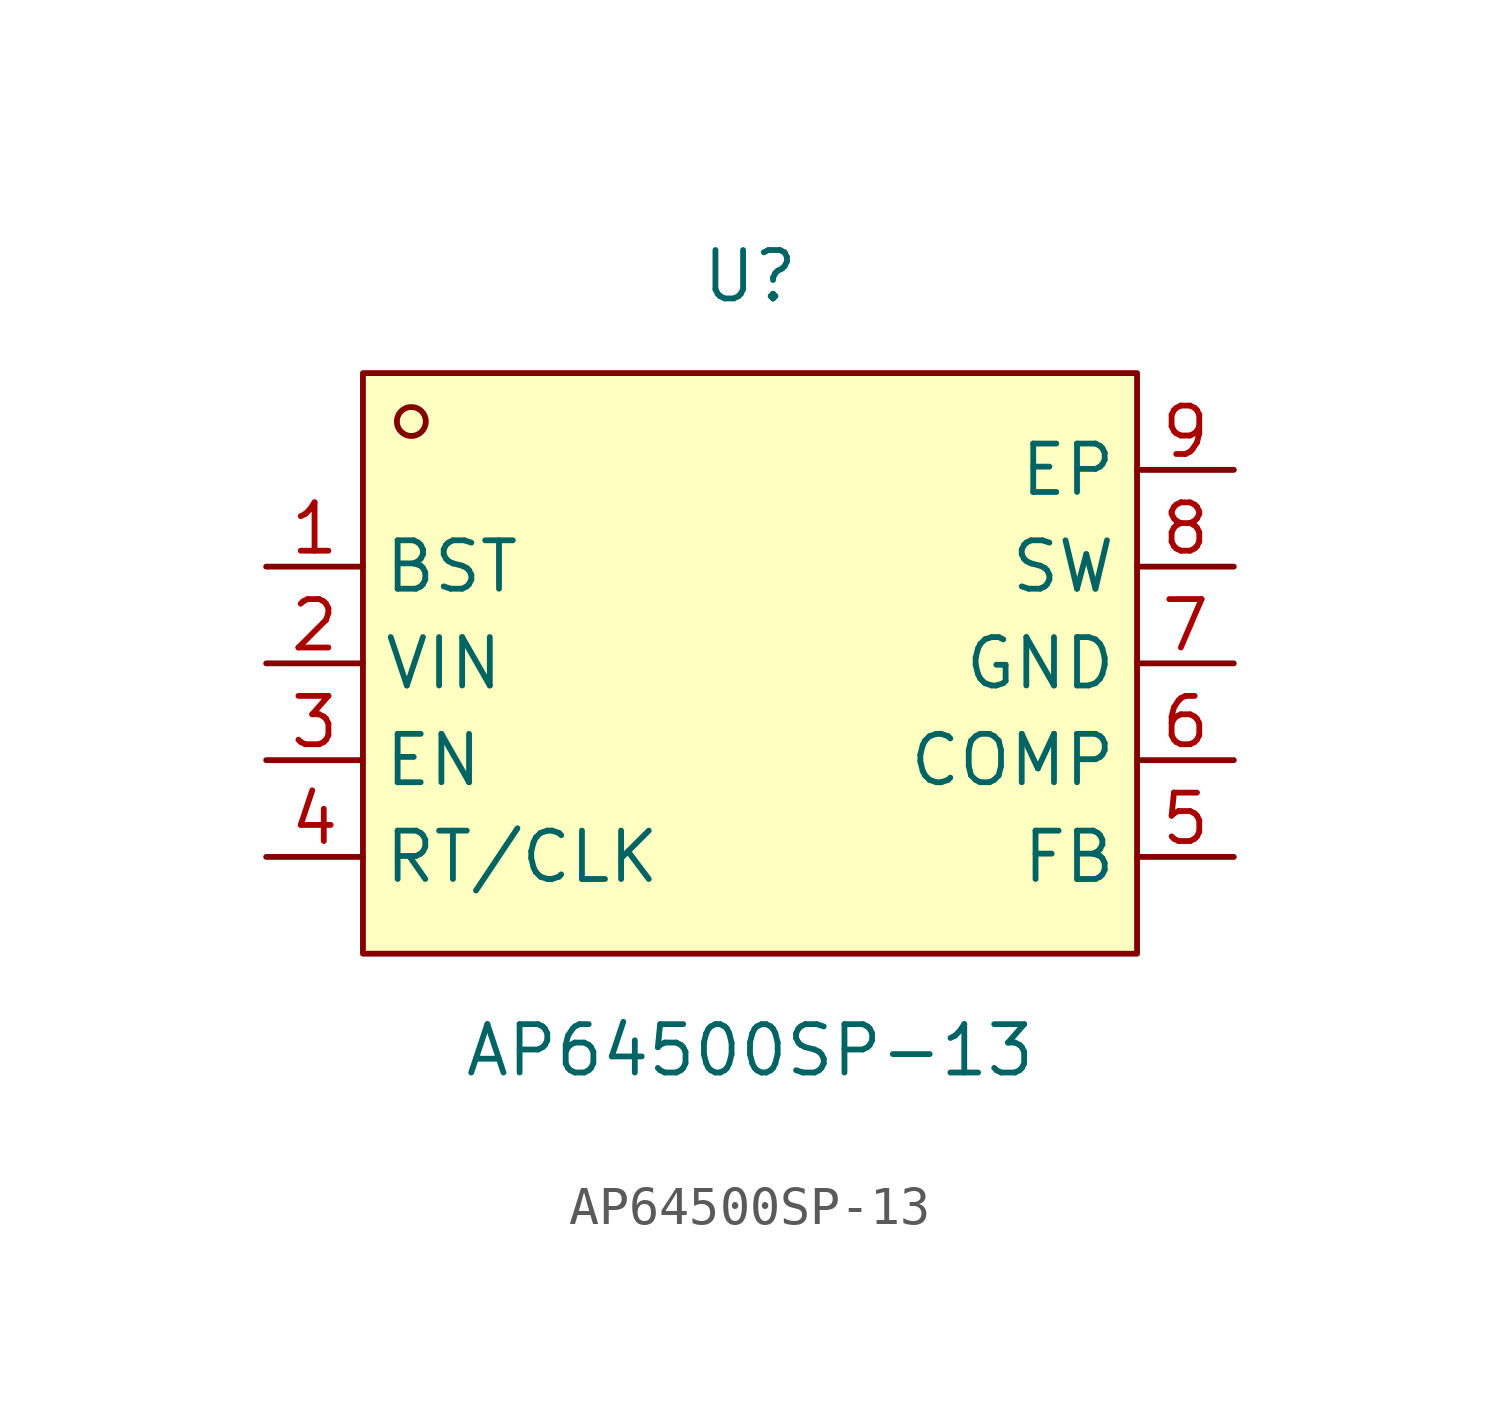
<source format=kicad_sym>
(kicad_symbol_lib
  (version 20211014)
  (generator https://github.com/uPesy/easyeda2kicad.py)
  (symbol "AP64500SP-13"
    (property "Reference" "U"
      (at 0 10.16 0)
      (effects (font (size 1.27 1.27))))
    (property "Value" "AP64500SP-13"
      (at 0 -10.16 0)
      (effects (font (size 1.27 1.27))))
    (symbol "AP64500SP-13_0_1"
      (rectangle (start -10.16 7.62) (end 10.16 -7.62) (stroke (width 0) (type default) (color 0 0 0 0)) (fill (type background)))
      (circle (center -8.89 6.35) (radius 0.38) (stroke (width 0) (type default) (color 0 0 0 0)) (fill (type none)))
      (pin unspecified line (at -12.70 2.54 0) (length 2.54) (name "BST" (effects (font (size 1.27 1.27)))) (number "1" (effects (font (size 1.27 1.27)))))
      (pin unspecified line (at -12.70 -0.00 0) (length 2.54) (name "VIN" (effects (font (size 1.27 1.27)))) (number "2" (effects (font (size 1.27 1.27)))))
      (pin unspecified line (at -12.70 -2.54 0) (length 2.54) (name "EN" (effects (font (size 1.27 1.27)))) (number "3" (effects (font (size 1.27 1.27)))))
      (pin unspecified line (at -12.70 -5.08 0) (length 2.54) (name "RT/CLK" (effects (font (size 1.27 1.27)))) (number "4" (effects (font (size 1.27 1.27)))))
      (pin unspecified line (at 12.70 -5.08 180) (length 2.54) (name "FB" (effects (font (size 1.27 1.27)))) (number "5" (effects (font (size 1.27 1.27)))))
      (pin unspecified line (at 12.70 -2.54 180) (length 2.54) (name "COMP" (effects (font (size 1.27 1.27)))) (number "6" (effects (font (size 1.27 1.27)))))
      (pin unspecified line (at 12.70 -0.00 180) (length 2.54) (name "GND" (effects (font (size 1.27 1.27)))) (number "7" (effects (font (size 1.27 1.27)))))
      (pin unspecified line (at 12.70 2.54 180) (length 2.54) (name "SW" (effects (font (size 1.27 1.27)))) (number "8" (effects (font (size 1.27 1.27)))))
      (pin unspecified line (at 12.70 5.08 180) (length 2.54) (name "EP" (effects (font (size 1.27 1.27)))) (number "9" (effects (font (size 1.27 1.27))))))))
</source>
